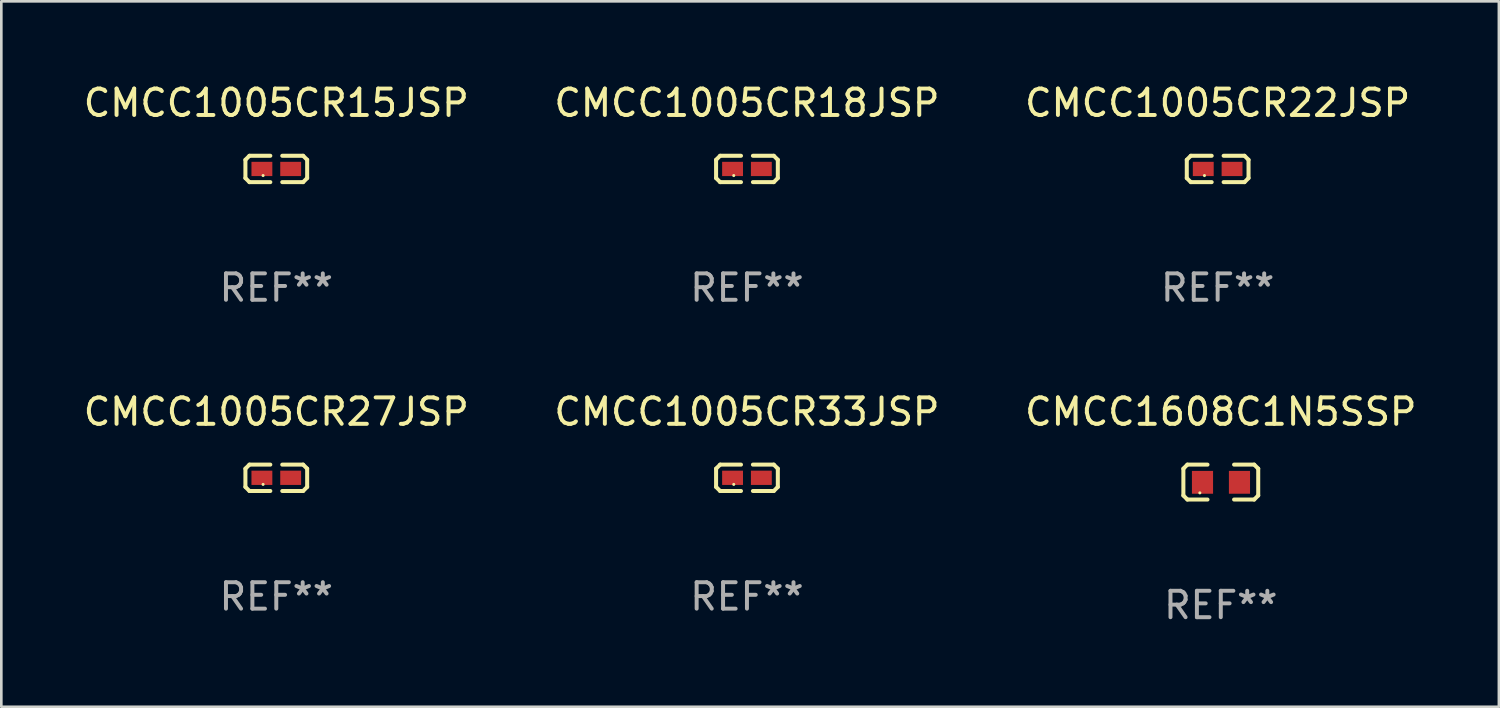
<source format=kicad_pcb>
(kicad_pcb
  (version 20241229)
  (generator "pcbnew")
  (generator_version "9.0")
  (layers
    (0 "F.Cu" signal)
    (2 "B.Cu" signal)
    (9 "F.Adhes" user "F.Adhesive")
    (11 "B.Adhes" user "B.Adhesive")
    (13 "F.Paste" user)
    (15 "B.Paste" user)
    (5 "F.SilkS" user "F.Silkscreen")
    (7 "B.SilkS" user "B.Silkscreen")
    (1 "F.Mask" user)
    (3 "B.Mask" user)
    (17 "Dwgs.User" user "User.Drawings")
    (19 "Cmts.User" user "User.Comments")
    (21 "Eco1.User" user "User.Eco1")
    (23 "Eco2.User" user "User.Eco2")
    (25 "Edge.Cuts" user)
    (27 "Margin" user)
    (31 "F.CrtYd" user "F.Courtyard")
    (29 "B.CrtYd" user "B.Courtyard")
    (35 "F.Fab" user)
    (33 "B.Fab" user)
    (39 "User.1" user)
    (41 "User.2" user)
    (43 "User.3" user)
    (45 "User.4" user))
  (footprint "CMCC1005CR27JSP"
    (layer "F.Cu")
    (at 7.411 15.041)
    (property "Reference" "CMCC1005CR27JSP" (at 0 -2.499 0) (layer "F.SilkS") (effects (font (size 1 1) (thickness 0.15))))
    (attr through_hole)
    (fp_line (start -1.169 -0.346) (end -1.016 -0.499) (stroke (width 0.152) (type solid)) (layer "F.SilkS"))
    (fp_line (start -1.169 0.346) (end -1.169 -0.346) (stroke (width 0.152) (type solid)) (layer "F.SilkS"))
    (fp_line (start -1.016 -0.499) (end -0.226 -0.499) (stroke (width 0.152) (type solid)) (layer "F.SilkS"))
    (fp_line (start -1.016 0.499) (end -1.169 0.346) (stroke (width 0.152) (type solid)) (layer "F.SilkS"))
    (fp_line (start -0.226 0.499) (end -1.016 0.499) (stroke (width 0.152) (type solid)) (layer "F.SilkS"))
    (fp_line (start 0.226 0.499) (end 1.016 0.499) (stroke (width 0.152) (type solid)) (layer "F.SilkS"))
    (fp_line (start 1.016 -0.499) (end 0.226 -0.499) (stroke (width 0.152) (type solid)) (layer "F.SilkS"))
    (fp_line (start 1.016 0.499) (end 1.169 0.346) (stroke (width 0.152) (type solid)) (layer "F.SilkS"))
    (fp_line (start 1.169 -0.346) (end 1.016 -0.499) (stroke (width 0.152) (type solid)) (layer "F.SilkS"))
    (fp_line (start 1.169 0.346) (end 1.169 -0.346) (stroke (width 0.152) (type solid)) (layer "F.SilkS"))
    (fp_circle (center -0.5 0.25) (end -0.47 0.25) (stroke (width 0.06) (type solid)) (fill no) (layer "F.SilkS"))
    (fp_text user "REF**" (at 0 4.499 0) (layer "F.Fab") (effects (font (size 1 1) (thickness 0.15))))
    (pad "1" smd rect (at -0.545 0) (size 0.79 0.54) (layers "F.Cu" "F.Mask" "F.Paste"))
    (pad "2" smd rect (at 0.545 0) (size 0.79 0.54) (layers "F.Cu" "F.Mask" "F.Paste")))
  (footprint "CMCC1005CR15JSP"
    (layer "F.Cu")
    (at 7.411 3.347)
    (property "Reference" "CMCC1005CR15JSP" (at 0 -2.499 0) (layer "F.SilkS") (effects (font (size 1 1) (thickness 0.15))))
    (attr through_hole)
    (fp_line (start -1.169 -0.346) (end -1.016 -0.499) (stroke (width 0.152) (type solid)) (layer "F.SilkS"))
    (fp_line (start -1.169 0.346) (end -1.169 -0.346) (stroke (width 0.152) (type solid)) (layer "F.SilkS"))
    (fp_line (start -1.016 -0.499) (end -0.226 -0.499) (stroke (width 0.152) (type solid)) (layer "F.SilkS"))
    (fp_line (start -1.016 0.499) (end -1.169 0.346) (stroke (width 0.152) (type solid)) (layer "F.SilkS"))
    (fp_line (start -0.226 0.499) (end -1.016 0.499) (stroke (width 0.152) (type solid)) (layer "F.SilkS"))
    (fp_line (start 0.226 0.499) (end 1.016 0.499) (stroke (width 0.152) (type solid)) (layer "F.SilkS"))
    (fp_line (start 1.016 -0.499) (end 0.226 -0.499) (stroke (width 0.152) (type solid)) (layer "F.SilkS"))
    (fp_line (start 1.016 0.499) (end 1.169 0.346) (stroke (width 0.152) (type solid)) (layer "F.SilkS"))
    (fp_line (start 1.169 -0.346) (end 1.016 -0.499) (stroke (width 0.152) (type solid)) (layer "F.SilkS"))
    (fp_line (start 1.169 0.346) (end 1.169 -0.346) (stroke (width 0.152) (type solid)) (layer "F.SilkS"))
    (fp_circle (center -0.5 0.25) (end -0.47 0.25) (stroke (width 0.06) (type solid)) (fill no) (layer "F.SilkS"))
    (fp_text user "REF**" (at 0 4.499 0) (layer "F.Fab") (effects (font (size 1 1) (thickness 0.15))))
    (pad "1" smd rect (at -0.545 0) (size 0.79 0.54) (layers "F.Cu" "F.Mask" "F.Paste"))
    (pad "2" smd rect (at 0.545 0) (size 0.79 0.54) (layers "F.Cu" "F.Mask" "F.Paste")))
  (footprint "CMCC1608C1N5SSP"
    (layer "F.Cu")
    (at 43.173 15.203)
    (property "Reference" "CMCC1608C1N5SSP" (at 0 -2.661 0) (layer "F.SilkS") (effects (font (size 1 1) (thickness 0.15))))
    (attr through_hole)
    (fp_line (start -1.417 -0.508) (end -1.265 -0.661) (stroke (width 0.152) (type solid)) (layer "F.SilkS"))
    (fp_line (start -1.417 0.508) (end -1.417 -0.508) (stroke (width 0.152) (type solid)) (layer "F.SilkS"))
    (fp_line (start -1.265 -0.661) (end -0.503 -0.661) (stroke (width 0.152) (type solid)) (layer "F.SilkS"))
    (fp_line (start -1.265 0.661) (end -1.417 0.508) (stroke (width 0.152) (type solid)) (layer "F.SilkS"))
    (fp_line (start -1.265 0.661) (end -0.503 0.661) (stroke (width 0.152) (type solid)) (layer "F.SilkS"))
    (fp_line (start 1.265 -0.661) (end 0.503 -0.661) (stroke (width 0.152) (type solid)) (layer "F.SilkS"))
    (fp_line (start 1.265 -0.661) (end 1.417 -0.508) (stroke (width 0.152) (type solid)) (layer "F.SilkS"))
    (fp_line (start 1.265 0.661) (end 0.503 0.661) (stroke (width 0.152) (type solid)) (layer "F.SilkS"))
    (fp_line (start 1.417 -0.508) (end 1.417 0.508) (stroke (width 0.152) (type solid)) (layer "F.SilkS"))
    (fp_line (start 1.417 0.508) (end 1.265 0.661) (stroke (width 0.152) (type solid)) (layer "F.SilkS"))
    (fp_circle (center -0.793 0.409) (end -0.763 0.409) (stroke (width 0.06) (type solid)) (fill no) (layer "F.SilkS"))
    (fp_text user "REF**" (at 0 4.661 0) (layer "F.Fab") (effects (font (size 1 1) (thickness 0.15))))
    (pad "1" smd rect (at -0.693 0.009 180) (size 0.8 0.864) (layers "F.Cu" "F.Mask" "F.Paste"))
    (pad "2" smd rect (at 0.707 0.009 180) (size 0.8 0.864) (layers "F.Cu" "F.Mask" "F.Paste")))
  (footprint "CMCC1005CR22JSP"
    (layer "F.Cu")
    (at 43.054 3.347)
    (property "Reference" "CMCC1005CR22JSP" (at 0 -2.499 0) (layer "F.SilkS") (effects (font (size 1 1) (thickness 0.15))))
    (attr through_hole)
    (fp_line (start -1.169 -0.346) (end -1.016 -0.499) (stroke (width 0.152) (type solid)) (layer "F.SilkS"))
    (fp_line (start -1.169 0.346) (end -1.169 -0.346) (stroke (width 0.152) (type solid)) (layer "F.SilkS"))
    (fp_line (start -1.016 -0.499) (end -0.226 -0.499) (stroke (width 0.152) (type solid)) (layer "F.SilkS"))
    (fp_line (start -1.016 0.499) (end -1.169 0.346) (stroke (width 0.152) (type solid)) (layer "F.SilkS"))
    (fp_line (start -0.226 0.499) (end -1.016 0.499) (stroke (width 0.152) (type solid)) (layer "F.SilkS"))
    (fp_line (start 0.226 0.499) (end 1.016 0.499) (stroke (width 0.152) (type solid)) (layer "F.SilkS"))
    (fp_line (start 1.016 -0.499) (end 0.226 -0.499) (stroke (width 0.152) (type solid)) (layer "F.SilkS"))
    (fp_line (start 1.016 0.499) (end 1.169 0.346) (stroke (width 0.152) (type solid)) (layer "F.SilkS"))
    (fp_line (start 1.169 -0.346) (end 1.016 -0.499) (stroke (width 0.152) (type solid)) (layer "F.SilkS"))
    (fp_line (start 1.169 0.346) (end 1.169 -0.346) (stroke (width 0.152) (type solid)) (layer "F.SilkS"))
    (fp_circle (center -0.5 0.25) (end -0.47 0.25) (stroke (width 0.06) (type solid)) (fill no) (layer "F.SilkS"))
    (fp_text user "REF**" (at 0 4.499 0) (layer "F.Fab") (effects (font (size 1 1) (thickness 0.15))))
    (pad "1" smd rect (at -0.545 0) (size 0.79 0.54) (layers "F.Cu" "F.Mask" "F.Paste"))
    (pad "2" smd rect (at 0.545 0) (size 0.79 0.54) (layers "F.Cu" "F.Mask" "F.Paste")))
  (footprint "CMCC1005CR18JSP"
    (layer "F.Cu")
    (at 25.232 3.347)
    (property "Reference" "CMCC1005CR18JSP" (at 0 -2.499 0) (layer "F.SilkS") (effects (font (size 1 1) (thickness 0.15))))
    (attr through_hole)
    (fp_line (start -1.169 -0.346) (end -1.016 -0.499) (stroke (width 0.152) (type solid)) (layer "F.SilkS"))
    (fp_line (start -1.169 0.346) (end -1.169 -0.346) (stroke (width 0.152) (type solid)) (layer "F.SilkS"))
    (fp_line (start -1.016 -0.499) (end -0.226 -0.499) (stroke (width 0.152) (type solid)) (layer "F.SilkS"))
    (fp_line (start -1.016 0.499) (end -1.169 0.346) (stroke (width 0.152) (type solid)) (layer "F.SilkS"))
    (fp_line (start -0.226 0.499) (end -1.016 0.499) (stroke (width 0.152) (type solid)) (layer "F.SilkS"))
    (fp_line (start 0.226 0.499) (end 1.016 0.499) (stroke (width 0.152) (type solid)) (layer "F.SilkS"))
    (fp_line (start 1.016 -0.499) (end 0.226 -0.499) (stroke (width 0.152) (type solid)) (layer "F.SilkS"))
    (fp_line (start 1.016 0.499) (end 1.169 0.346) (stroke (width 0.152) (type solid)) (layer "F.SilkS"))
    (fp_line (start 1.169 -0.346) (end 1.016 -0.499) (stroke (width 0.152) (type solid)) (layer "F.SilkS"))
    (fp_line (start 1.169 0.346) (end 1.169 -0.346) (stroke (width 0.152) (type solid)) (layer "F.SilkS"))
    (fp_circle (center -0.5 0.25) (end -0.47 0.25) (stroke (width 0.06) (type solid)) (fill no) (layer "F.SilkS"))
    (fp_text user "REF**" (at 0 4.499 0) (layer "F.Fab") (effects (font (size 1 1) (thickness 0.15))))
    (pad "1" smd rect (at -0.545 0) (size 0.79 0.54) (layers "F.Cu" "F.Mask" "F.Paste"))
    (pad "2" smd rect (at 0.545 0) (size 0.79 0.54) (layers "F.Cu" "F.Mask" "F.Paste")))
  (footprint "CMCC1005CR33JSP"
    (layer "F.Cu")
    (at 25.232 15.041)
    (property "Reference" "CMCC1005CR33JSP" (at 0 -2.499 0) (layer "F.SilkS") (effects (font (size 1 1) (thickness 0.15))))
    (attr through_hole)
    (fp_line (start -1.169 -0.346) (end -1.016 -0.499) (stroke (width 0.152) (type solid)) (layer "F.SilkS"))
    (fp_line (start -1.169 0.346) (end -1.169 -0.346) (stroke (width 0.152) (type solid)) (layer "F.SilkS"))
    (fp_line (start -1.016 -0.499) (end -0.226 -0.499) (stroke (width 0.152) (type solid)) (layer "F.SilkS"))
    (fp_line (start -1.016 0.499) (end -1.169 0.346) (stroke (width 0.152) (type solid)) (layer "F.SilkS"))
    (fp_line (start -0.226 0.499) (end -1.016 0.499) (stroke (width 0.152) (type solid)) (layer "F.SilkS"))
    (fp_line (start 0.226 0.499) (end 1.016 0.499) (stroke (width 0.152) (type solid)) (layer "F.SilkS"))
    (fp_line (start 1.016 -0.499) (end 0.226 -0.499) (stroke (width 0.152) (type solid)) (layer "F.SilkS"))
    (fp_line (start 1.016 0.499) (end 1.169 0.346) (stroke (width 0.152) (type solid)) (layer "F.SilkS"))
    (fp_line (start 1.169 -0.346) (end 1.016 -0.499) (stroke (width 0.152) (type solid)) (layer "F.SilkS"))
    (fp_line (start 1.169 0.346) (end 1.169 -0.346) (stroke (width 0.152) (type solid)) (layer "F.SilkS"))
    (fp_circle (center -0.5 0.25) (end -0.47 0.25) (stroke (width 0.06) (type solid)) (fill no) (layer "F.SilkS"))
    (fp_text user "REF**" (at 0 4.499 0) (layer "F.Fab") (effects (font (size 1 1) (thickness 0.15))))
    (pad "1" smd rect (at -0.545 0) (size 0.79 0.54) (layers "F.Cu" "F.Mask" "F.Paste"))
    (pad "2" smd rect (at 0.545 0) (size 0.79 0.54) (layers "F.Cu" "F.Mask" "F.Paste")))
  (gr_rect
    (start -3 -3)
    (end 53.702 23.711)
    (stroke (width 0.1) (type default))
    (fill no)
    (layer "Edge.Cuts")))
</source>
